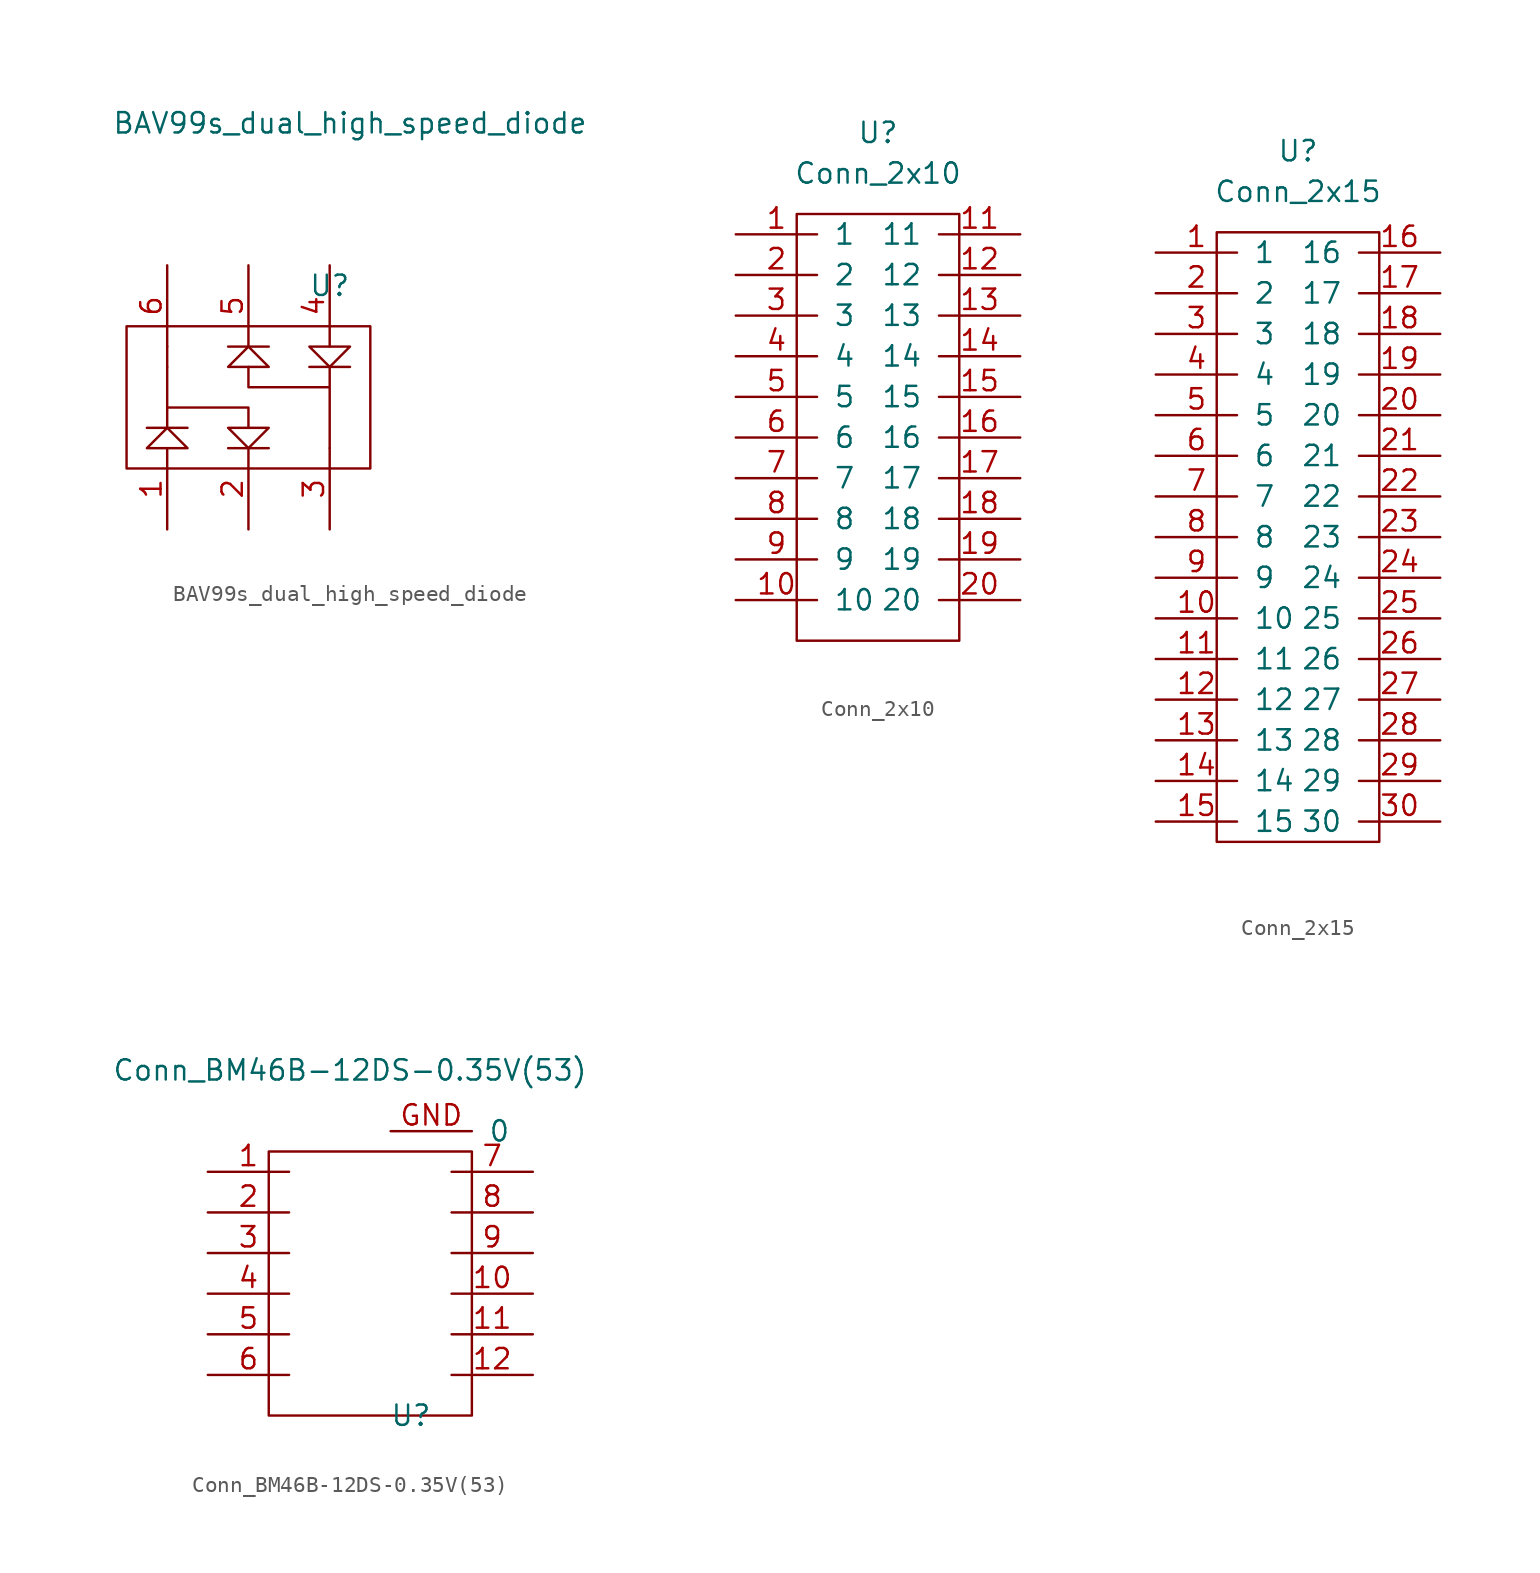
<source format=kicad_sym>
(kicad_symbol_lib
  (version 20220914)
  (generator kicad_symbol_editor)
  (symbol "BAV99s_dual_high_speed_diode"
    (pin_names
      (offset 1.016))
    (property "Reference" "U"
      (at 1.27 10.16 0)
      (effects (font (size 1.27 1.27))))
    (property "Value" "BAV99s_dual_high_speed_diode"
      (at 2.54 20.32 0)
      (effects (font (size 1.27 1.27))))
    (symbol "BAV99s_dual_high_speed_diode_0_1"
      (rectangle (start -11.43 7.62) (end 3.81 -1.27) (stroke (width 0) (type solid)) (fill (type none)))
      (polyline (pts (xy -10.16 1.27) (xy -7.62 1.27)) (stroke (width 0) (type solid)) (fill (type none)))
      (polyline (pts (xy -8.89 5.08) (xy -8.89 6.35)) (stroke (width 0) (type solid)) (fill (type none)))
      (polyline (pts (xy -5.08 0) (xy -2.54 0)) (stroke (width 0) (type solid)) (fill (type none)))
      (polyline (pts (xy -3.81 0) (xy -2.54 1.27) (xy -5.08 1.27) (xy -3.81 0)) (stroke (width 0) (type solid)) (fill (type none)))
      (polyline (pts (xy -8.89 0) (xy -7.62 0) (xy -8.89 1.27) (xy -10.16 0) (xy -8.89 0)) (stroke (width 0) (type solid)) (fill (type none)))
      (polyline (pts (xy -8.89 1.27) (xy -8.89 5.08) (xy -8.89 2.54) (xy -3.81 2.54) (xy -3.81 1.27)) (stroke (width 0) (type solid)) (fill (type none)))
      (polyline (pts (xy -3.81 5.08) (xy -3.81 3.81) (xy 1.27 3.81) (xy 1.27 5.08) (xy 1.27 0)) (stroke (width 0) (type solid)) (fill (type none))))
    (symbol "BAV99s_dual_high_speed_diode_1_1"
      (polyline (pts (xy -2.54 6.35) (xy -5.08 6.35)) (stroke (width 0) (type solid)) (fill (type none)))
      (polyline (pts (xy 2.54 5.08) (xy 0 5.08)) (stroke (width 0) (type solid)) (fill (type none)))
      (polyline (pts (xy -3.81 6.35) (xy -5.08 5.08) (xy -2.54 5.08) (xy -3.81 6.35)) (stroke (width 0) (type solid)) (fill (type none)))
      (polyline (pts (xy 1.27 6.35) (xy 0 6.35) (xy 1.27 5.08) (xy 2.54 6.35) (xy 1.27 6.35)) (stroke (width 0) (type solid)) (fill (type none)))
      (pin input line (at -8.89 -5.08 90) (length 5.08) (name "~" (effects (font (size 1.27 1.27)))) (number "1" (effects (font (size 1.27 1.27)))))
      (pin input line (at -3.81 -5.08 90) (length 5.08) (name "~" (effects (font (size 1.27 1.27)))) (number "2" (effects (font (size 1.27 1.27)))))
      (pin input line (at 1.27 -5.08 90) (length 5.08) (name "~" (effects (font (size 1.27 1.27)))) (number "3" (effects (font (size 1.27 1.27)))))
      (pin input line (at 1.27 11.43 270) (length 5.08) (name "~" (effects (font (size 1.27 1.27)))) (number "4" (effects (font (size 1.27 1.27)))))
      (pin input line (at -3.81 11.43 270) (length 5.08) (name "~" (effects (font (size 1.27 1.27)))) (number "5" (effects (font (size 1.27 1.27)))))
      (pin input line (at -8.89 11.43 270) (length 5.08) (name "~" (effects (font (size 1.27 1.27)))) (number "6" (effects (font (size 1.27 1.27)))))))
  (symbol "Conn_2x10"
    (pin_names
      (offset 1.016))
    (property "Reference" "U"
      (at 0 8.89 0)
      (effects (font (size 1.27 1.27))))
    (property "Value" "Conn_2x10"
      (at 0 6.35 0)
      (effects (font (size 1.27 1.27))))
    (symbol "Conn_2x10_0_1"
      (rectangle (start -5.08 3.81) (end 5.08 -22.86) (stroke (width 0) (type solid)) (fill (type none))))
    (symbol "Conn_2x10_1_1"
      (pin input line (at -8.89 2.54 0) (length 5.08) (name "1" (effects (font (size 1.27 1.27)))) (number "1" (effects (font (size 1.27 1.27)))))
      (pin input line (at -8.89 -20.32 0) (length 5.08) (name "10" (effects (font (size 1.27 1.27)))) (number "10" (effects (font (size 1.27 1.27)))))
      (pin input line (at 8.89 2.54 180) (length 5.08) (name "11" (effects (font (size 1.27 1.27)))) (number "11" (effects (font (size 1.27 1.27)))))
      (pin input line (at 8.89 0 180) (length 5.08) (name "12" (effects (font (size 1.27 1.27)))) (number "12" (effects (font (size 1.27 1.27)))))
      (pin input line (at 8.89 -2.54 180) (length 5.08) (name "13" (effects (font (size 1.27 1.27)))) (number "13" (effects (font (size 1.27 1.27)))))
      (pin input line (at 8.89 -5.08 180) (length 5.08) (name "14" (effects (font (size 1.27 1.27)))) (number "14" (effects (font (size 1.27 1.27)))))
      (pin input line (at 8.89 -7.62 180) (length 5.08) (name "15" (effects (font (size 1.27 1.27)))) (number "15" (effects (font (size 1.27 1.27)))))
      (pin input line (at 8.89 -10.16 180) (length 5.08) (name "16" (effects (font (size 1.27 1.27)))) (number "16" (effects (font (size 1.27 1.27)))))
      (pin input line (at 8.89 -12.7 180) (length 5.08) (name "17" (effects (font (size 1.27 1.27)))) (number "17" (effects (font (size 1.27 1.27)))))
      (pin input line (at 8.89 -15.24 180) (length 5.08) (name "18" (effects (font (size 1.27 1.27)))) (number "18" (effects (font (size 1.27 1.27)))))
      (pin input line (at 8.89 -17.78 180) (length 5.08) (name "19" (effects (font (size 1.27 1.27)))) (number "19" (effects (font (size 1.27 1.27)))))
      (pin input line (at -8.89 0 0) (length 5.08) (name "2" (effects (font (size 1.27 1.27)))) (number "2" (effects (font (size 1.27 1.27)))))
      (pin input line (at 8.89 -20.32 180) (length 5.08) (name "20" (effects (font (size 1.27 1.27)))) (number "20" (effects (font (size 1.27 1.27)))))
      (pin input line (at -8.89 -2.54 0) (length 5.08) (name "3" (effects (font (size 1.27 1.27)))) (number "3" (effects (font (size 1.27 1.27)))))
      (pin input line (at -8.89 -5.08 0) (length 5.08) (name "4" (effects (font (size 1.27 1.27)))) (number "4" (effects (font (size 1.27 1.27)))))
      (pin input line (at -8.89 -7.62 0) (length 5.08) (name "5" (effects (font (size 1.27 1.27)))) (number "5" (effects (font (size 1.27 1.27)))))
      (pin input line (at -8.89 -10.16 0) (length 5.08) (name "6" (effects (font (size 1.27 1.27)))) (number "6" (effects (font (size 1.27 1.27)))))
      (pin input line (at -8.89 -12.7 0) (length 5.08) (name "7" (effects (font (size 1.27 1.27)))) (number "7" (effects (font (size 1.27 1.27)))))
      (pin input line (at -8.89 -15.24 0) (length 5.08) (name "8" (effects (font (size 1.27 1.27)))) (number "8" (effects (font (size 1.27 1.27)))))
      (pin input line (at -8.89 -17.78 0) (length 5.08) (name "9" (effects (font (size 1.27 1.27)))) (number "9" (effects (font (size 1.27 1.27)))))))
  (symbol "Conn_2x15"
    (pin_names
      (offset 1.016))
    (property "Reference" "U"
      (at 0 8.89 0)
      (effects (font (size 1.27 1.27))))
    (property "Value" "Conn_2x15"
      (at 0 6.35 0)
      (effects (font (size 1.27 1.27))))
    (symbol "Conn_2x15_0_1"
      (rectangle (start -5.08 3.81) (end 5.08 -34.29) (stroke (width 0) (type solid)) (fill (type none))))
    (symbol "Conn_2x15_1_1"
      (pin input line (at -8.89 2.54 0) (length 5.08) (name "1" (effects (font (size 1.27 1.27)))) (number "1" (effects (font (size 1.27 1.27)))))
      (pin input line (at -8.89 -20.32 0) (length 5.08) (name "10" (effects (font (size 1.27 1.27)))) (number "10" (effects (font (size 1.27 1.27)))))
      (pin input line (at -8.89 -22.86 0) (length 5.08) (name "11" (effects (font (size 1.27 1.27)))) (number "11" (effects (font (size 1.27 1.27)))))
      (pin input line (at -8.89 -25.4 0) (length 5.08) (name "12" (effects (font (size 1.27 1.27)))) (number "12" (effects (font (size 1.27 1.27)))))
      (pin input line (at -8.89 -27.94 0) (length 5.08) (name "13" (effects (font (size 1.27 1.27)))) (number "13" (effects (font (size 1.27 1.27)))))
      (pin input line (at -8.89 -30.48 0) (length 5.08) (name "14" (effects (font (size 1.27 1.27)))) (number "14" (effects (font (size 1.27 1.27)))))
      (pin input line (at -8.89 -33.02 0) (length 5.08) (name "15" (effects (font (size 1.27 1.27)))) (number "15" (effects (font (size 1.27 1.27)))))
      (pin input line (at 8.89 2.54 180) (length 5.08) (name "16" (effects (font (size 1.27 1.27)))) (number "16" (effects (font (size 1.27 1.27)))))
      (pin input line (at 8.89 0 180) (length 5.08) (name "17" (effects (font (size 1.27 1.27)))) (number "17" (effects (font (size 1.27 1.27)))))
      (pin input line (at 8.89 -2.54 180) (length 5.08) (name "18" (effects (font (size 1.27 1.27)))) (number "18" (effects (font (size 1.27 1.27)))))
      (pin input line (at 8.89 -5.08 180) (length 5.08) (name "19" (effects (font (size 1.27 1.27)))) (number "19" (effects (font (size 1.27 1.27)))))
      (pin input line (at -8.89 0 0) (length 5.08) (name "2" (effects (font (size 1.27 1.27)))) (number "2" (effects (font (size 1.27 1.27)))))
      (pin input line (at 8.89 -7.62 180) (length 5.08) (name "20" (effects (font (size 1.27 1.27)))) (number "20" (effects (font (size 1.27 1.27)))))
      (pin input line (at 8.89 -10.16 180) (length 5.08) (name "21" (effects (font (size 1.27 1.27)))) (number "21" (effects (font (size 1.27 1.27)))))
      (pin input line (at 8.89 -12.7 180) (length 5.08) (name "22" (effects (font (size 1.27 1.27)))) (number "22" (effects (font (size 1.27 1.27)))))
      (pin input line (at 8.89 -15.24 180) (length 5.08) (name "23" (effects (font (size 1.27 1.27)))) (number "23" (effects (font (size 1.27 1.27)))))
      (pin input line (at 8.89 -17.78 180) (length 5.08) (name "24" (effects (font (size 1.27 1.27)))) (number "24" (effects (font (size 1.27 1.27)))))
      (pin input line (at 8.89 -20.32 180) (length 5.08) (name "25" (effects (font (size 1.27 1.27)))) (number "25" (effects (font (size 1.27 1.27)))))
      (pin input line (at 8.89 -22.86 180) (length 5.08) (name "26" (effects (font (size 1.27 1.27)))) (number "26" (effects (font (size 1.27 1.27)))))
      (pin input line (at 8.89 -25.4 180) (length 5.08) (name "27" (effects (font (size 1.27 1.27)))) (number "27" (effects (font (size 1.27 1.27)))))
      (pin input line (at 8.89 -27.94 180) (length 5.08) (name "28" (effects (font (size 1.27 1.27)))) (number "28" (effects (font (size 1.27 1.27)))))
      (pin input line (at 8.89 -30.48 180) (length 5.08) (name "29" (effects (font (size 1.27 1.27)))) (number "29" (effects (font (size 1.27 1.27)))))
      (pin input line (at -8.89 -2.54 0) (length 5.08) (name "3" (effects (font (size 1.27 1.27)))) (number "3" (effects (font (size 1.27 1.27)))))
      (pin input line (at 8.89 -33.02 180) (length 5.08) (name "30" (effects (font (size 1.27 1.27)))) (number "30" (effects (font (size 1.27 1.27)))))
      (pin input line (at -8.89 -5.08 0) (length 5.08) (name "4" (effects (font (size 1.27 1.27)))) (number "4" (effects (font (size 1.27 1.27)))))
      (pin input line (at -8.89 -7.62 0) (length 5.08) (name "5" (effects (font (size 1.27 1.27)))) (number "5" (effects (font (size 1.27 1.27)))))
      (pin input line (at -8.89 -10.16 0) (length 5.08) (name "6" (effects (font (size 1.27 1.27)))) (number "6" (effects (font (size 1.27 1.27)))))
      (pin input line (at -8.89 -12.7 0) (length 5.08) (name "7" (effects (font (size 1.27 1.27)))) (number "7" (effects (font (size 1.27 1.27)))))
      (pin input line (at -8.89 -15.24 0) (length 5.08) (name "8" (effects (font (size 1.27 1.27)))) (number "8" (effects (font (size 1.27 1.27)))))
      (pin input line (at -8.89 -17.78 0) (length 5.08) (name "9" (effects (font (size 1.27 1.27)))) (number "9" (effects (font (size 1.27 1.27)))))))
  (symbol "Conn_BM46B-12DS-0.35V(53)"
    (pin_names
      (offset 1.016))
    (property "Reference" "U"
      (at 2.54 -7.62 0)
      (effects (font (size 1.27 1.27))))
    (property "Value" "Conn_BM46B-12DS-0.35V(53)"
      (at -1.27 13.97 0)
      (effects (font (size 1.27 1.27))))
    (symbol "Conn_BM46B-12DS-0.35V(53)_0_1"
      (rectangle (start -6.35 8.89) (end 6.35 -7.62) (stroke (width 0) (type solid)) (fill (type none))))
    (symbol "Conn_BM46B-12DS-0.35V(53)_1_1"
      (pin input line (at -10.16 7.62 0) (length 5.08) (name "~" (effects (font (size 1.27 1.27)))) (number "1" (effects (font (size 1.27 1.27)))))
      (pin input line (at 10.16 0 180) (length 5.08) (name "~" (effects (font (size 1.27 1.27)))) (number "10" (effects (font (size 1.27 1.27)))))
      (pin input line (at 10.16 -2.54 180) (length 5.08) (name "~" (effects (font (size 1.27 1.27)))) (number "11" (effects (font (size 1.27 1.27)))))
      (pin input line (at 10.16 -5.08 180) (length 5.08) (name "~" (effects (font (size 1.27 1.27)))) (number "12" (effects (font (size 1.27 1.27)))))
      (pin input line (at -10.16 5.08 0) (length 5.08) (name "~" (effects (font (size 1.27 1.27)))) (number "2" (effects (font (size 1.27 1.27)))))
      (pin input line (at -10.16 2.54 0) (length 5.08) (name "~" (effects (font (size 1.27 1.27)))) (number "3" (effects (font (size 1.27 1.27)))))
      (pin input line (at -10.16 0 0) (length 5.08) (name "~" (effects (font (size 1.27 1.27)))) (number "4" (effects (font (size 1.27 1.27)))))
      (pin input line (at -10.16 -2.54 0) (length 5.08) (name "~" (effects (font (size 1.27 1.27)))) (number "5" (effects (font (size 1.27 1.27)))))
      (pin input line (at -10.16 -5.08 0) (length 5.08) (name "~" (effects (font (size 1.27 1.27)))) (number "6" (effects (font (size 1.27 1.27)))))
      (pin input line (at 10.16 7.62 180) (length 5.08) (name "~" (effects (font (size 1.27 1.27)))) (number "7" (effects (font (size 1.27 1.27)))))
      (pin input line (at 10.16 5.08 180) (length 5.08) (name "~" (effects (font (size 1.27 1.27)))) (number "8" (effects (font (size 1.27 1.27)))))
      (pin input line (at 10.16 2.54 180) (length 5.08) (name "~" (effects (font (size 1.27 1.27)))) (number "9" (effects (font (size 1.27 1.27)))))
      (pin input line (at 1.27 10.16 0) (length 5.08) (name "0" (effects (font (size 1.27 1.27)))) (number "GND" (effects (font (size 1.27 1.27))))))))
</source>
